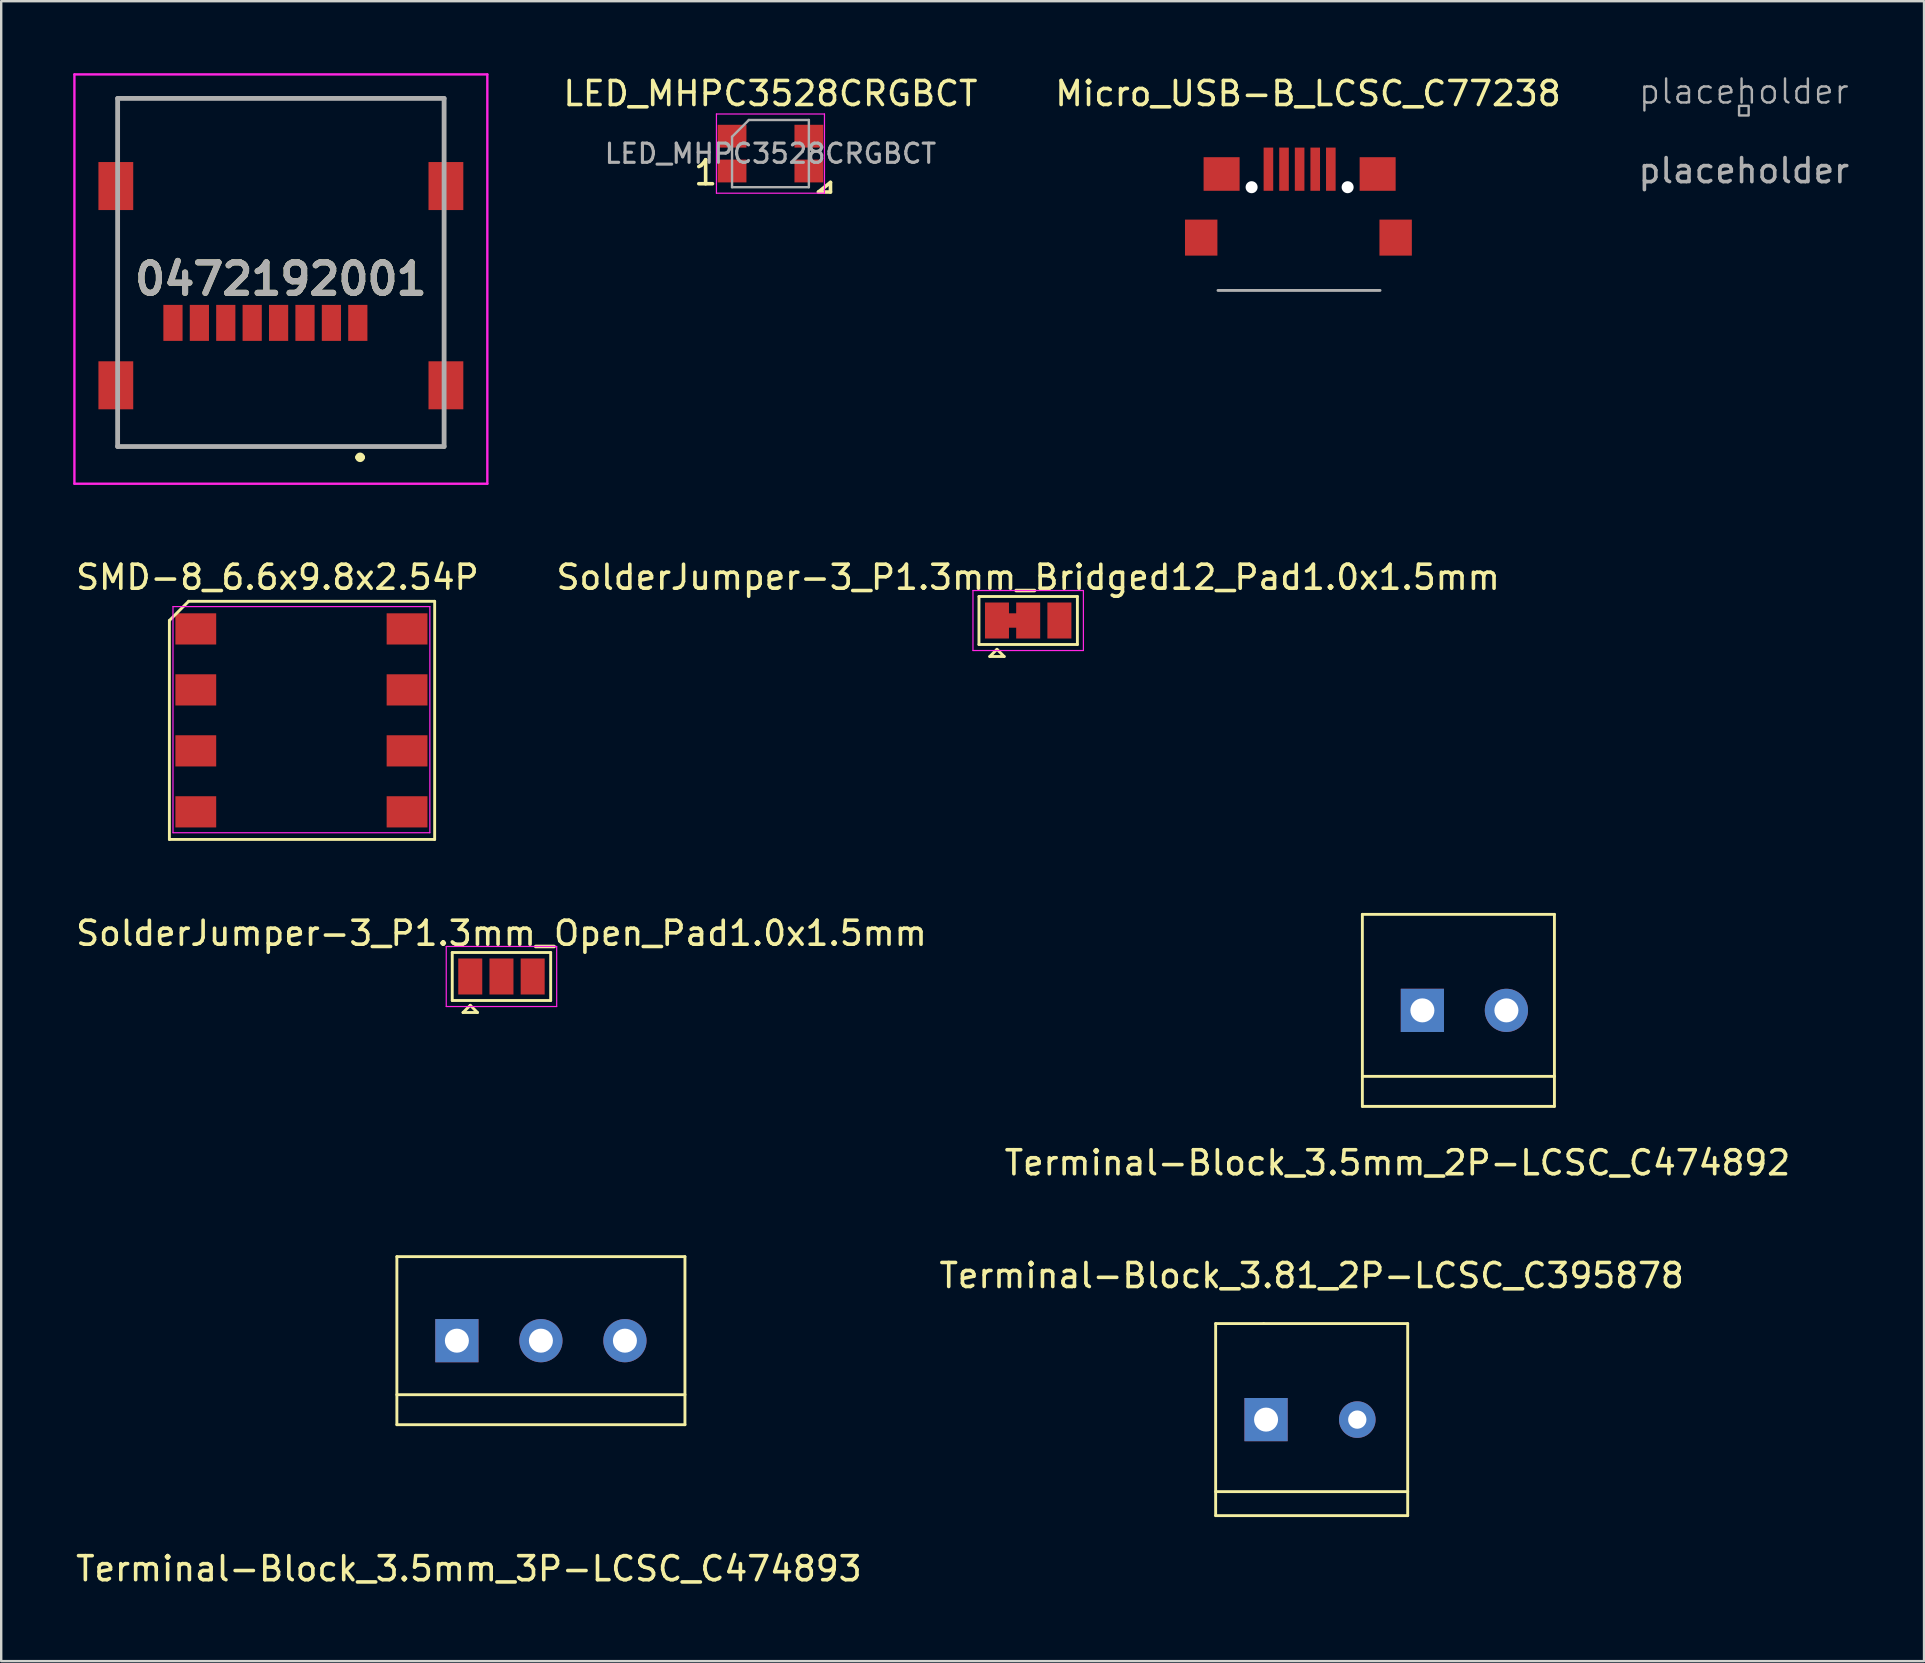
<source format=kicad_pcb>
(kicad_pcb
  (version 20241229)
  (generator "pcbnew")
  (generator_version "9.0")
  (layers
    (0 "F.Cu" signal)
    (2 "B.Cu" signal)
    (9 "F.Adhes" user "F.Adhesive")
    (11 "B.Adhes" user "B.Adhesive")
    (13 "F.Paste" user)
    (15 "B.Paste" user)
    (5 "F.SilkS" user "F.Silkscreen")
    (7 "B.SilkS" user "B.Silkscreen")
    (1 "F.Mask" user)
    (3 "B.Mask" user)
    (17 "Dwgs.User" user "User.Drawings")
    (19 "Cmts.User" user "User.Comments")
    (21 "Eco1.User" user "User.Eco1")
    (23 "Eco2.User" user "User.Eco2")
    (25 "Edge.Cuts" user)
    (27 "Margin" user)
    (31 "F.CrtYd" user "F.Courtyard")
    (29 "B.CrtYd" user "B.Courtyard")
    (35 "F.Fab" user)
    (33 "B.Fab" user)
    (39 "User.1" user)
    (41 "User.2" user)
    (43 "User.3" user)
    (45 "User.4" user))
  (footprint "Terminal-Block_3.5mm_2P-LCSC_C474892"
    (layer "F.Cu")
    (at 57.701 39.038)
    (property "Reference" "Terminal-Block_3.5mm_2P-LCSC_C474892" (at -2.54 6.35 0) (layer "F.SilkS") (effects (font (size 1 1) (thickness 0.15))))
    (attr through_hole)
    (fp_line (start -4 -4) (end 4 -4) (stroke (width 0.12) (type solid)) (layer "F.SilkS"))
    (fp_line (start -4 4) (end -4 -4) (stroke (width 0.12) (type solid)) (layer "F.SilkS"))
    (fp_line (start 4 -4) (end 4 4) (stroke (width 0.12) (type solid)) (layer "F.SilkS"))
    (fp_line (start 4 2.75) (end -4 2.75) (stroke (width 0.12) (type solid)) (layer "F.SilkS"))
    (fp_line (start 4 4) (end -4 4) (stroke (width 0.12) (type solid)) (layer "F.SilkS"))
    (pad "1" thru_hole rect (at -1.5 0) (size 1.8 1.8) (drill 1) (layers "*.Cu" "*.Mask"))
    (pad "2" thru_hole circle (at 2 0) (size 1.8 1.8) (drill 1) (layers "*.Cu" "*.Mask")))
  (footprint "0472192001"
    (layer "F.Cu")
    (at 8.65 8.3)
    (property "Reference" "0472192001" (at 0 0.275 0) (layer "F.SilkS") (effects (font (size 1.27 1.27) (thickness 0.254))))
    (attr smd)
    (fp_line (start -6.8 -7.25) (end 6.8 -7.25) (stroke (width 0.1) (type solid)) (layer "F.SilkS"))
    (fp_line (start -6.8 -5.45) (end -6.8 -7.25) (stroke (width 0.1) (type solid)) (layer "F.SilkS"))
    (fp_line (start -6.8 -1.45) (end -6.8 2.55) (stroke (width 0.1) (type solid)) (layer "F.SilkS"))
    (fp_line (start -6.8 6.25) (end -6.8 7.25) (stroke (width 0.1) (type solid)) (layer "F.SilkS"))
    (fp_line (start -6.8 7.25) (end 6.8 7.25) (stroke (width 0.1) (type solid)) (layer "F.SilkS"))
    (fp_line (start 3.2 7.7) (end 3.2 7.7) (stroke (width 0.2) (type solid)) (layer "F.SilkS"))
    (fp_line (start 3.4 7.7) (end 3.4 7.7) (stroke (width 0.2) (type solid)) (layer "F.SilkS"))
    (fp_line (start 6.8 -7.25) (end 6.8 -5.45) (stroke (width 0.1) (type solid)) (layer "F.SilkS"))
    (fp_line (start 6.8 -1.45) (end 6.8 2.55) (stroke (width 0.1) (type solid)) (layer "F.SilkS"))
    (fp_line (start 6.8 7.25) (end 6.8 6.25) (stroke (width 0.1) (type solid)) (layer "F.SilkS"))
    (fp_arc (start 3.2 7.7) (mid 3.3 7.6) (end 3.4 7.7) (stroke (width 0.2) (type solid)) (layer "F.SilkS"))
    (fp_arc (start 3.4 7.7) (mid 3.3 7.8) (end 3.2 7.7) (stroke (width 0.2) (type solid)) (layer "F.SilkS"))
    (fp_line (start -8.6 -8.25) (end 8.6 -8.25) (stroke (width 0.1) (type solid)) (layer "F.CrtYd"))
    (fp_line (start -8.6 8.8) (end -8.6 -8.25) (stroke (width 0.1) (type solid)) (layer "F.CrtYd"))
    (fp_line (start 8.6 -8.25) (end 8.6 8.8) (stroke (width 0.1) (type solid)) (layer "F.CrtYd"))
    (fp_line (start 8.6 8.8) (end -8.6 8.8) (stroke (width 0.1) (type solid)) (layer "F.CrtYd"))
    (fp_line (start -6.8 -7.25) (end 6.8 -7.25) (stroke (width 0.2) (type solid)) (layer "F.Fab"))
    (fp_line (start -6.8 7.25) (end -6.8 -7.25) (stroke (width 0.2) (type solid)) (layer "F.Fab"))
    (fp_line (start 6.8 -7.25) (end 6.8 7.25) (stroke (width 0.2) (type solid)) (layer "F.Fab"))
    (fp_line (start 6.8 7.25) (end -6.8 7.25) (stroke (width 0.2) (type solid)) (layer "F.Fab"))
    (fp_text user "${REFERENCE}" (at 0 0.275 0) (layer "F.Fab") (effects (font (size 1.27 1.27) (thickness 0.254))))
    (pad "1" smd rect (at 3.205 2.1) (size 0.8 1.5) (layers "F.Cu" "F.Mask" "F.Paste"))
    (pad "2" smd rect (at 2.105 2.1) (size 0.8 1.5) (layers "F.Cu" "F.Mask" "F.Paste"))
    (pad "3" smd rect (at 1.005 2.1) (size 0.8 1.5) (layers "F.Cu" "F.Mask" "F.Paste"))
    (pad "4" smd rect (at -0.095 2.1) (size 0.8 1.5) (layers "F.Cu" "F.Mask" "F.Paste"))
    (pad "5" smd rect (at -1.195 2.1) (size 0.8 1.5) (layers "F.Cu" "F.Mask" "F.Paste"))
    (pad "6" smd rect (at -2.295 2.1) (size 0.8 1.5) (layers "F.Cu" "F.Mask" "F.Paste"))
    (pad "7" smd rect (at -3.395 2.1) (size 0.8 1.5) (layers "F.Cu" "F.Mask" "F.Paste"))
    (pad "8" smd rect (at -4.495 2.1) (size 0.8 1.5) (layers "F.Cu" "F.Mask" "F.Paste"))
    (pad "G1" smd rect (at 6.875 4.7) (size 1.45 2) (layers "F.Cu" "F.Mask" "F.Paste"))
    (pad "G2" smd rect (at 6.875 -3.6) (size 1.45 2) (layers "F.Cu" "F.Mask" "F.Paste"))
    (pad "G3" smd rect (at -6.875 -3.6) (size 1.45 2) (layers "F.Cu" "F.Mask" "F.Paste"))
    (pad "G4" smd rect (at -6.875 4.7) (size 1.45 2) (layers "F.Cu" "F.Mask" "F.Paste")))
  (footprint "placeholder"
    (layer "F.Cu")
    (at 69.592 1.56)
    (property "Reference" "placeholder" (at 0 -0.8 0) (unlocked yes) (layer "F.Fab") (effects (font (size 1 1) (thickness 0.1))))
    (attr through_hole)
    (fp_rect (start -0.2 -0.2) (end 0.2 0.2) (stroke (width 0.1) (type default)) (fill no) (layer "F.Fab"))
    (fp_text user "${REFERENCE}" (at 0 2.5 0) (unlocked yes) (layer "F.Fab") (effects (font (size 1 1) (thickness 0.15)))))
  (footprint "LED_MHPC3528CRGBCT"
    (layer "F.Cu")
    (at 29.044 3.348)
    (property "Reference" "LED_MHPC3528CRGBCT" (at 0 -2.5 0) (layer "F.SilkS") (effects (font (size 1 1) (thickness 0.15))))
    (attr smd)
    (fp_line (start 2 1.6) (end 2.5 1.2) (stroke (width 0.15) (type solid)) (layer "F.SilkS"))
    (fp_line (start 2 1.6) (end 2.5 1.6) (stroke (width 0.15) (type solid)) (layer "F.SilkS"))
    (fp_line (start 2.5 1.6) (end 2.5 1.2) (stroke (width 0.15) (type solid)) (layer "F.SilkS"))
    (fp_line (start -2.25 -1.65) (end -2.25 1.65) (stroke (width 0.05) (type solid)) (layer "F.CrtYd"))
    (fp_line (start -2.25 -1.65) (end 2.25 -1.65) (stroke (width 0.05) (type solid)) (layer "F.CrtYd"))
    (fp_line (start -2.25 1.65) (end 2.25 1.65) (stroke (width 0.05) (type solid)) (layer "F.CrtYd"))
    (fp_line (start 2.25 -1.65) (end 2.25 1.65) (stroke (width 0.05) (type solid)) (layer "F.CrtYd"))
    (fp_line (start -1.6 1.4) (end -1.6 -0.7) (stroke (width 0.1) (type solid)) (layer "F.Fab"))
    (fp_line (start -0.9 -1.4) (end -1.6 -0.7) (stroke (width 0.1) (type solid)) (layer "F.Fab"))
    (fp_line (start -0.9 -1.4) (end 1.6 -1.4) (stroke (width 0.1) (type solid)) (layer "F.Fab"))
    (fp_line (start 1.6 -1.4) (end 1.6 1.4) (stroke (width 0.1) (type solid)) (layer "F.Fab"))
    (fp_line (start 1.6 1.4) (end -1.6 1.4) (stroke (width 0.1) (type solid)) (layer "F.Fab"))
    (fp_text user "1" (at -2.7 0.8 0) (layer "F.SilkS") (effects (font (size 1 1) (thickness 0.15))))
    (fp_text user "${REFERENCE}" (at 0 0 0) (layer "F.Fab") (effects (font (size 0.8 0.8) (thickness 0.13))))
    (pad "1" smd rect (at -1.6 0.725) (size 1.2 0.95) (layers "F.Cu" "F.Mask" "F.Paste"))
    (pad "2" smd rect (at -1.6 -0.725) (size 1.2 0.95) (layers "F.Cu" "F.Mask" "F.Paste"))
    (pad "3" smd rect (at 1.6 -0.725) (size 1.2 0.95) (layers "F.Cu" "F.Mask" "F.Paste"))
    (pad "4" smd rect (at 1.6 0.725) (size 1.2 0.95) (layers "F.Cu" "F.Mask" "F.Paste")))
  (footprint "Micro_USB-B_LCSC_C77238"
    (layer "F.Cu")
    (at 51.087 6.898)
    (property "Reference" "Micro_USB-B_LCSC_C77238" (at 0.35 -6.05 0) (layer "F.SilkS") (effects (font (size 1 1) (thickness 0.15))))
    (attr through_hole)
    (fp_line (start -3.4 2.15) (end 3.35 2.15) (stroke (width 0.12) (type solid)) (layer "F.Fab"))
    (pad "" np_thru_hole circle (at -2 -2.15) (size 0.5 0.5) (drill 0.5) (layers "*.Cu" "*.Mask"))
    (pad "" np_thru_hole circle (at 2 -2.15) (size 0.5 0.5) (drill 0.5) (layers "*.Cu" "*.Mask"))
    (pad "1" smd rect (at -1.3 -2.9) (size 0.4 1.8) (layers "F.Cu" "F.Mask" "F.Paste"))
    (pad "2" smd rect (at -0.65 -2.9) (size 0.4 1.8) (layers "F.Cu" "F.Mask" "F.Paste"))
    (pad "3" smd rect (at 0 -2.9) (size 0.4 1.8) (layers "F.Cu" "F.Mask" "F.Paste"))
    (pad "4" smd rect (at 0.65 -2.9) (size 0.4 1.8) (layers "F.Cu" "F.Mask" "F.Paste"))
    (pad "5" smd rect (at 1.3 -2.9) (size 0.4 1.8) (layers "F.Cu" "F.Mask" "F.Paste"))
    (pad "6" smd rect (at -4.1 -0.05) (size 1.35 1.5) (layers "F.Cu" "F.Mask" "F.Paste"))
    (pad "6" smd rect (at -3.25 -2.7) (size 1.5 1.4) (layers "F.Cu" "F.Mask" "F.Paste"))
    (pad "6" smd rect (at 3.25 -2.7) (size 1.5 1.4) (layers "F.Cu" "F.Mask" "F.Paste"))
    (pad "6" smd rect (at 4 -0.05) (size 1.35 1.5) (layers "F.Cu" "F.Mask" "F.Paste")))
  (footprint "SolderJumper-3_P1.3mm_Open_Pad1.0x1.5mm"
    (layer "F.Cu")
    (at 17.839 37.627)
    (property "Reference" "SolderJumper-3_P1.3mm_Open_Pad1.0x1.5mm" (at 0 -1.8 0) (layer "F.SilkS") (effects (font (size 1 1) (thickness 0.15))))
    (attr exclude_from_pos_files exclude_from_bom)
    (fp_line (start -2.05 -1) (end 2.05 -1) (stroke (width 0.12) (type solid)) (layer "F.SilkS"))
    (fp_line (start -2.05 1) (end -2.05 -1) (stroke (width 0.12) (type solid)) (layer "F.SilkS"))
    (fp_line (start -1.6 1.5) (end -1 1.5) (stroke (width 0.12) (type solid)) (layer "F.SilkS"))
    (fp_line (start -1.3 1.2) (end -1.6 1.5) (stroke (width 0.12) (type solid)) (layer "F.SilkS"))
    (fp_line (start -1.3 1.2) (end -1 1.5) (stroke (width 0.12) (type solid)) (layer "F.SilkS"))
    (fp_line (start 2.05 -1) (end 2.05 1) (stroke (width 0.12) (type solid)) (layer "F.SilkS"))
    (fp_line (start 2.05 1) (end -2.05 1) (stroke (width 0.12) (type solid)) (layer "F.SilkS"))
    (fp_line (start -2.3 -1.25) (end -2.3 1.25) (stroke (width 0.05) (type solid)) (layer "F.CrtYd"))
    (fp_line (start -2.3 -1.25) (end 2.3 -1.25) (stroke (width 0.05) (type solid)) (layer "F.CrtYd"))
    (fp_line (start 2.3 1.25) (end -2.3 1.25) (stroke (width 0.05) (type solid)) (layer "F.CrtYd"))
    (fp_line (start 2.3 1.25) (end 2.3 -1.25) (stroke (width 0.05) (type solid)) (layer "F.CrtYd"))
    (pad "1" smd rect (at -1.3 0) (size 1 1.5) (layers "F.Cu" "F.Mask"))
    (pad "2" smd rect (at 0 0) (size 1 1.5) (layers "F.Cu" "F.Mask"))
    (pad "3" smd rect (at 1.3 0) (size 1 1.5) (layers "F.Cu" "F.Mask")))
  (footprint "SMD-8_6.6x9.8x2.54P"
    (layer "F.Cu")
    (at 9.506 26.868)
    (property "Reference" "SMD-8_6.6x9.8x2.54P" (at -1 -5.87 0) (layer "F.SilkS") (effects (font (size 1 1) (thickness 0.15))))
    (attr smd)
    (fp_line (start -5.5 -4.07) (end -4.7 -4.87) (stroke (width 0.12) (type solid)) (layer "F.SilkS"))
    (fp_line (start -5.5 5.05) (end -5.5 -4.07) (stroke (width 0.12) (type solid)) (layer "F.SilkS"))
    (fp_line (start -4.7 -4.87) (end 5.55 -4.87) (stroke (width 0.12) (type solid)) (layer "F.SilkS"))
    (fp_line (start 5.55 -4.87) (end 5.55 5.05) (stroke (width 0.12) (type solid)) (layer "F.SilkS"))
    (fp_line (start 5.55 5.05) (end -5.5 5.05) (stroke (width 0.12) (type solid)) (layer "F.SilkS"))
    (fp_line (start -5.35 -4.65) (end 5.35 -4.65) (stroke (width 0.05) (type solid)) (layer "F.CrtYd"))
    (fp_line (start -5.35 4.77) (end -5.35 -4.65) (stroke (width 0.05) (type solid)) (layer "F.CrtYd"))
    (fp_line (start 5.35 -4.65) (end 5.35 4.77) (stroke (width 0.05) (type solid)) (layer "F.CrtYd"))
    (fp_line (start 5.35 4.77) (end -5.35 4.77) (stroke (width 0.05) (type solid)) (layer "F.CrtYd"))
    (pad "1" smd rect (at -4.4 -3.72 270) (size 1.3 1.7) (layers "F.Cu" "F.Mask" "F.Paste"))
    (pad "2" smd rect (at -4.4 -1.18 270) (size 1.3 1.7) (layers "F.Cu" "F.Mask" "F.Paste"))
    (pad "3" smd rect (at -4.4 1.36 270) (size 1.3 1.7) (layers "F.Cu" "F.Mask" "F.Paste"))
    (pad "4" smd rect (at -4.4 3.9 270) (size 1.3 1.7) (layers "F.Cu" "F.Mask" "F.Paste"))
    (pad "5" smd rect (at 4.4 3.9 270) (size 1.3 1.7) (layers "F.Cu" "F.Mask" "F.Paste"))
    (pad "6" smd rect (at 4.4 1.36 270) (size 1.3 1.7) (layers "F.Cu" "F.Mask" "F.Paste"))
    (pad "7" smd rect (at 4.4 -1.18 270) (size 1.3 1.7) (layers "F.Cu" "F.Mask" "F.Paste"))
    (pad "8" smd rect (at 4.4 -3.72 270) (size 1.3 1.7) (layers "F.Cu" "F.Mask" "F.Paste")))
  (footprint "SolderJumper-3_P1.3mm_Bridged12_Pad1.0x1.5mm"
    (layer "F.Cu")
    (at 39.78 22.798)
    (property "Reference" "SolderJumper-3_P1.3mm_Bridged12_Pad1.0x1.5mm" (at 0 -1.8 0) (layer "F.SilkS") (effects (font (size 1 1) (thickness 0.15))))
    (attr exclude_from_pos_files exclude_from_bom)
    (fp_poly (pts (xy -0.9 -0.3) (xy -0.4 -0.3) (xy -0.4 0.3) (xy -0.9 0.3)) (stroke (width 0) (type solid)) (fill yes) (layer "F.Cu"))
    (fp_line (start -2.05 -1) (end 2.05 -1) (stroke (width 0.12) (type solid)) (layer "F.SilkS"))
    (fp_line (start -2.05 1) (end -2.05 -1) (stroke (width 0.12) (type solid)) (layer "F.SilkS"))
    (fp_line (start -1.6 1.5) (end -1 1.5) (stroke (width 0.12) (type solid)) (layer "F.SilkS"))
    (fp_line (start -1.3 1.2) (end -1.6 1.5) (stroke (width 0.12) (type solid)) (layer "F.SilkS"))
    (fp_line (start -1.3 1.2) (end -1 1.5) (stroke (width 0.12) (type solid)) (layer "F.SilkS"))
    (fp_line (start 2.05 -1) (end 2.05 1) (stroke (width 0.12) (type solid)) (layer "F.SilkS"))
    (fp_line (start 2.05 1) (end -2.05 1) (stroke (width 0.12) (type solid)) (layer "F.SilkS"))
    (fp_line (start -2.3 -1.25) (end -2.3 1.25) (stroke (width 0.05) (type solid)) (layer "F.CrtYd"))
    (fp_line (start -2.3 -1.25) (end 2.3 -1.25) (stroke (width 0.05) (type solid)) (layer "F.CrtYd"))
    (fp_line (start 2.3 1.25) (end -2.3 1.25) (stroke (width 0.05) (type solid)) (layer "F.CrtYd"))
    (fp_line (start 2.3 1.25) (end 2.3 -1.25) (stroke (width 0.05) (type solid)) (layer "F.CrtYd"))
    (pad "1" smd rect (at -1.3 0) (size 1 1.5) (layers "F.Cu" "F.Mask"))
    (pad "2" smd rect (at 0 0) (size 1 1.5) (layers "F.Cu" "F.Mask"))
    (pad "3" smd rect (at 1.3 0) (size 1 1.5) (layers "F.Cu" "F.Mask")))
  (footprint "Terminal-Block_3.5mm_3P-LCSC_C474893"
    (layer "F.Cu")
    (at 19.482 52.797)
    (property "Reference" "Terminal-Block_3.5mm_3P-LCSC_C474893" (at -3 9.5 0) (layer "F.SilkS") (effects (font (size 1 1) (thickness 0.15))))
    (attr through_hole)
    (fp_line (start -6 -3.5) (end 6 -3.5) (stroke (width 0.12) (type solid)) (layer "F.SilkS"))
    (fp_line (start -6 3.5) (end -6 -3.5) (stroke (width 0.12) (type solid)) (layer "F.SilkS"))
    (fp_line (start 6 -3.5) (end 6 3.5) (stroke (width 0.12) (type solid)) (layer "F.SilkS"))
    (fp_line (start 6 2.25) (end -6 2.25) (stroke (width 0.12) (type solid)) (layer "F.SilkS"))
    (fp_line (start 6 3.5) (end -6 3.5) (stroke (width 0.12) (type solid)) (layer "F.SilkS"))
    (pad "1" thru_hole rect (at -3.5 0) (size 1.8 1.8) (drill 1) (layers "*.Cu" "*.Mask"))
    (pad "2" thru_hole circle (at 0 0) (size 1.8 1.8) (drill 1) (layers "*.Cu" "*.Mask"))
    (pad "3" thru_hole circle (at 3.5 0) (size 1.8 1.8) (drill 1) (layers "*.Cu" "*.Mask")))
  (footprint "Terminal-Block_3.81_2P-LCSC_C395878"
    (layer "F.Cu")
    (at 51.589 56.085)
    (property "Reference" "Terminal-Block_3.81_2P-LCSC_C395878" (at 0 -6 0) (layer "F.SilkS") (effects (font (size 1 1) (thickness 0.15))))
    (attr through_hole)
    (fp_line (start -4 -4) (end -2 -4) (stroke (width 0.12) (type solid)) (layer "F.SilkS"))
    (fp_line (start -4 3) (end 4 3) (stroke (width 0.12) (type solid)) (layer "F.SilkS"))
    (fp_line (start -4 4) (end -4 -4) (stroke (width 0.12) (type solid)) (layer "F.SilkS"))
    (fp_line (start -2 -4) (end 4 -4) (stroke (width 0.12) (type solid)) (layer "F.SilkS"))
    (fp_line (start 4 -4) (end 4 4) (stroke (width 0.12) (type solid)) (layer "F.SilkS"))
    (fp_line (start 4 4) (end -4 4) (stroke (width 0.12) (type solid)) (layer "F.SilkS"))
    (pad "1" thru_hole rect (at -1.9 0) (size 1.8 1.8) (drill 1) (layers "*.Cu" "*.Mask"))
    (pad "2" thru_hole circle (at 1.9 0) (size 1.524 1.524) (drill 0.762) (layers "*.Cu" "*.Mask")))
  (gr_rect
    (start -3 -3)
    (end 77.098 66.145)
    (stroke (width 0.1) (type default))
    (fill no)
    (layer "Edge.Cuts")))
</source>
